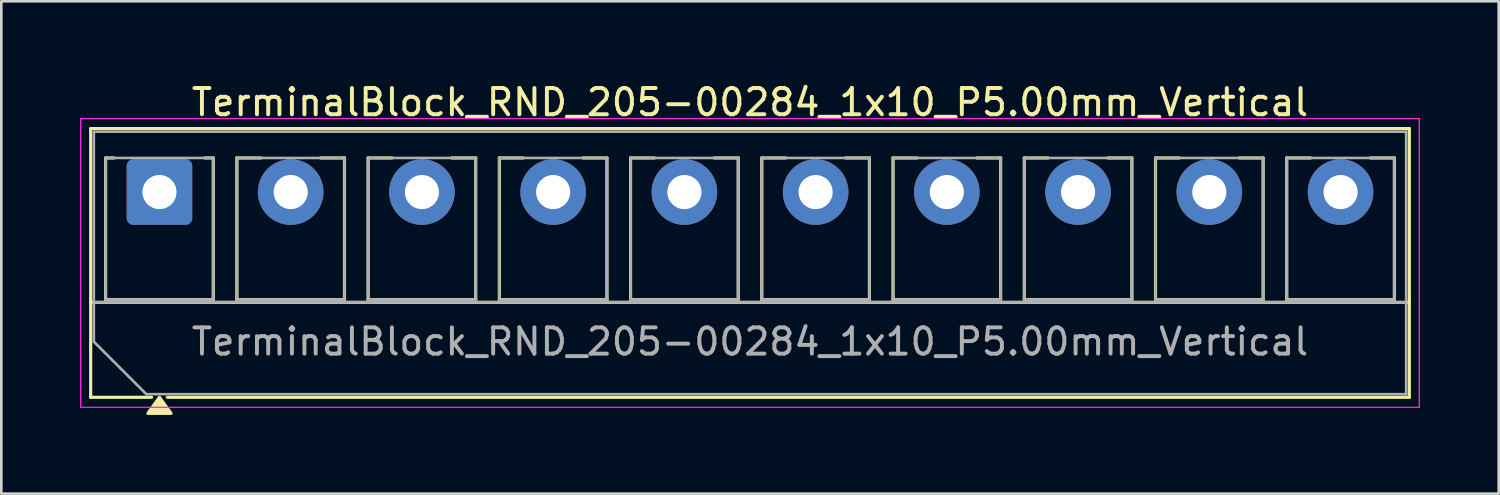
<source format=kicad_pcb>
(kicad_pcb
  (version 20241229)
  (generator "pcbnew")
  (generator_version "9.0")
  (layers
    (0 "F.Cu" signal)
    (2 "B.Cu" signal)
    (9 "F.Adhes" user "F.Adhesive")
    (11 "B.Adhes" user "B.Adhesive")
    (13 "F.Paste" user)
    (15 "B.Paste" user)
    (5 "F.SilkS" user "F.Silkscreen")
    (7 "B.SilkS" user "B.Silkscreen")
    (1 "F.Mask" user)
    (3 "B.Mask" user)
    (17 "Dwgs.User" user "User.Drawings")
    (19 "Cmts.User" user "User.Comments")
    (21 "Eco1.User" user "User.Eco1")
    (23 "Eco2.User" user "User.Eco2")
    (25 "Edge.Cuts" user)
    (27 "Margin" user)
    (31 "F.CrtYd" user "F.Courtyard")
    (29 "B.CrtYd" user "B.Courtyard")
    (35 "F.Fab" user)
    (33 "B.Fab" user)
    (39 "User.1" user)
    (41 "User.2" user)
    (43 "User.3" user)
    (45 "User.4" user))
  (footprint "TerminalBlock_RND_205-00284_1x10_P5.00mm_Vertical"
    (layer "F.Cu")
    (at 3.025 4.268)
    (property "Reference" "TerminalBlock_RND_205-00284_1x10_P5.00mm_Vertical" (at 22.5 -3.42 0) (layer "F.SilkS") (effects (font (size 1 1) (thickness 0.15))))
    (attr through_hole)
    (fp_line (start -2.62 -2.42) (end -2.62 7.82) (stroke (width 0.12) (type solid)) (layer "F.SilkS"))
    (fp_line (start -2.62 -2.42) (end 47.62 -2.42) (stroke (width 0.12) (type solid)) (layer "F.SilkS"))
    (fp_line (start -2.62 4.2) (end 47.62 4.2) (stroke (width 0.12) (type solid)) (layer "F.SilkS"))
    (fp_line (start -2.62 7.82) (end -0.3 7.82) (stroke (width 0.12) (type solid)) (layer "F.SilkS"))
    (fp_line (start -2.05 -1.3) (end -2.05 4.1) (stroke (width 0.12) (type solid)) (layer "F.SilkS"))
    (fp_line (start -2.05 -1.3) (end -1.73 -1.3) (stroke (width 0.12) (type solid)) (layer "F.SilkS"))
    (fp_line (start -2.05 4.1) (end 2.05 4.1) (stroke (width 0.12) (type solid)) (layer "F.SilkS"))
    (fp_line (start 0.3 7.82) (end 47.62 7.82) (stroke (width 0.12) (type solid)) (layer "F.SilkS"))
    (fp_line (start 1.73 -1.3) (end 2.05 -1.3) (stroke (width 0.12) (type solid)) (layer "F.SilkS"))
    (fp_line (start 2.05 -1.3) (end 2.05 4.1) (stroke (width 0.12) (type solid)) (layer "F.SilkS"))
    (fp_line (start 2.95 -1.3) (end 2.95 4.1) (stroke (width 0.12) (type solid)) (layer "F.SilkS"))
    (fp_line (start 2.95 -1.3) (end 3.859 -1.3) (stroke (width 0.12) (type solid)) (layer "F.SilkS"))
    (fp_line (start 2.95 4.1) (end 7.05 4.1) (stroke (width 0.12) (type solid)) (layer "F.SilkS"))
    (fp_line (start 6.141 -1.3) (end 7.05 -1.3) (stroke (width 0.12) (type solid)) (layer "F.SilkS"))
    (fp_line (start 7.05 -1.3) (end 7.05 4.1) (stroke (width 0.12) (type solid)) (layer "F.SilkS"))
    (fp_line (start 7.95 -1.3) (end 7.95 4.1) (stroke (width 0.12) (type solid)) (layer "F.SilkS"))
    (fp_line (start 7.95 -1.3) (end 8.859 -1.3) (stroke (width 0.12) (type solid)) (layer "F.SilkS"))
    (fp_line (start 7.95 4.1) (end 12.05 4.1) (stroke (width 0.12) (type solid)) (layer "F.SilkS"))
    (fp_line (start 11.141 -1.3) (end 12.05 -1.3) (stroke (width 0.12) (type solid)) (layer "F.SilkS"))
    (fp_line (start 12.05 -1.3) (end 12.05 4.1) (stroke (width 0.12) (type solid)) (layer "F.SilkS"))
    (fp_line (start 12.95 -1.3) (end 12.95 4.1) (stroke (width 0.12) (type solid)) (layer "F.SilkS"))
    (fp_line (start 12.95 -1.3) (end 13.859 -1.3) (stroke (width 0.12) (type solid)) (layer "F.SilkS"))
    (fp_line (start 12.95 4.1) (end 17.05 4.1) (stroke (width 0.12) (type solid)) (layer "F.SilkS"))
    (fp_line (start 16.141 -1.3) (end 17.05 -1.3) (stroke (width 0.12) (type solid)) (layer "F.SilkS"))
    (fp_line (start 17.05 -1.3) (end 17.05 4.1) (stroke (width 0.12) (type solid)) (layer "F.SilkS"))
    (fp_line (start 17.95 -1.3) (end 17.95 4.1) (stroke (width 0.12) (type solid)) (layer "F.SilkS"))
    (fp_line (start 17.95 -1.3) (end 18.859 -1.3) (stroke (width 0.12) (type solid)) (layer "F.SilkS"))
    (fp_line (start 17.95 4.1) (end 22.05 4.1) (stroke (width 0.12) (type solid)) (layer "F.SilkS"))
    (fp_line (start 21.141 -1.3) (end 22.05 -1.3) (stroke (width 0.12) (type solid)) (layer "F.SilkS"))
    (fp_line (start 22.05 -1.3) (end 22.05 4.1) (stroke (width 0.12) (type solid)) (layer "F.SilkS"))
    (fp_line (start 22.95 -1.3) (end 22.95 4.1) (stroke (width 0.12) (type solid)) (layer "F.SilkS"))
    (fp_line (start 22.95 -1.3) (end 23.859 -1.3) (stroke (width 0.12) (type solid)) (layer "F.SilkS"))
    (fp_line (start 22.95 4.1) (end 27.05 4.1) (stroke (width 0.12) (type solid)) (layer "F.SilkS"))
    (fp_line (start 26.141 -1.3) (end 27.05 -1.3) (stroke (width 0.12) (type solid)) (layer "F.SilkS"))
    (fp_line (start 27.05 -1.3) (end 27.05 4.1) (stroke (width 0.12) (type solid)) (layer "F.SilkS"))
    (fp_line (start 27.95 -1.3) (end 27.95 4.1) (stroke (width 0.12) (type solid)) (layer "F.SilkS"))
    (fp_line (start 27.95 -1.3) (end 28.859 -1.3) (stroke (width 0.12) (type solid)) (layer "F.SilkS"))
    (fp_line (start 27.95 4.1) (end 32.05 4.1) (stroke (width 0.12) (type solid)) (layer "F.SilkS"))
    (fp_line (start 31.141 -1.3) (end 32.05 -1.3) (stroke (width 0.12) (type solid)) (layer "F.SilkS"))
    (fp_line (start 32.05 -1.3) (end 32.05 4.1) (stroke (width 0.12) (type solid)) (layer "F.SilkS"))
    (fp_line (start 32.95 -1.3) (end 32.95 4.1) (stroke (width 0.12) (type solid)) (layer "F.SilkS"))
    (fp_line (start 32.95 -1.3) (end 33.859 -1.3) (stroke (width 0.12) (type solid)) (layer "F.SilkS"))
    (fp_line (start 32.95 4.1) (end 37.05 4.1) (stroke (width 0.12) (type solid)) (layer "F.SilkS"))
    (fp_line (start 36.141 -1.3) (end 37.05 -1.3) (stroke (width 0.12) (type solid)) (layer "F.SilkS"))
    (fp_line (start 37.05 -1.3) (end 37.05 4.1) (stroke (width 0.12) (type solid)) (layer "F.SilkS"))
    (fp_line (start 37.95 -1.3) (end 37.95 4.1) (stroke (width 0.12) (type solid)) (layer "F.SilkS"))
    (fp_line (start 37.95 -1.3) (end 38.859 -1.3) (stroke (width 0.12) (type solid)) (layer "F.SilkS"))
    (fp_line (start 37.95 4.1) (end 42.05 4.1) (stroke (width 0.12) (type solid)) (layer "F.SilkS"))
    (fp_line (start 41.141 -1.3) (end 42.05 -1.3) (stroke (width 0.12) (type solid)) (layer "F.SilkS"))
    (fp_line (start 42.05 -1.3) (end 42.05 4.1) (stroke (width 0.12) (type solid)) (layer "F.SilkS"))
    (fp_line (start 42.95 -1.3) (end 42.95 4.1) (stroke (width 0.12) (type solid)) (layer "F.SilkS"))
    (fp_line (start 42.95 -1.3) (end 43.859 -1.3) (stroke (width 0.12) (type solid)) (layer "F.SilkS"))
    (fp_line (start 42.95 4.1) (end 47.05 4.1) (stroke (width 0.12) (type solid)) (layer "F.SilkS"))
    (fp_line (start 46.141 -1.3) (end 47.05 -1.3) (stroke (width 0.12) (type solid)) (layer "F.SilkS"))
    (fp_line (start 47.05 -1.3) (end 47.05 4.1) (stroke (width 0.12) (type solid)) (layer "F.SilkS"))
    (fp_line (start 47.62 -2.42) (end 47.62 7.82) (stroke (width 0.12) (type solid)) (layer "F.SilkS"))
    (fp_poly (pts (xy 0 7.82) (xy 0.44 8.43) (xy -0.44 8.43)) (stroke (width 0.12) (type solid)) (fill yes) (layer "F.SilkS"))
    (fp_line (start -3 -2.8) (end -3 8.2) (stroke (width 0.05) (type solid)) (layer "F.CrtYd"))
    (fp_line (start -3 8.2) (end 48 8.2) (stroke (width 0.05) (type solid)) (layer "F.CrtYd"))
    (fp_line (start 48 -2.8) (end -3 -2.8) (stroke (width 0.05) (type solid)) (layer "F.CrtYd"))
    (fp_line (start 48 8.2) (end 48 -2.8) (stroke (width 0.05) (type solid)) (layer "F.CrtYd"))
    (fp_line (start -2.5 -2.3) (end 47.5 -2.3) (stroke (width 0.1) (type solid)) (layer "F.Fab"))
    (fp_line (start -2.5 4.2) (end 47.5 4.2) (stroke (width 0.1) (type solid)) (layer "F.Fab"))
    (fp_line (start -2.5 5.7) (end -2.5 -2.3) (stroke (width 0.1) (type solid)) (layer "F.Fab"))
    (fp_line (start -2.05 -1.3) (end -2.05 4.1) (stroke (width 0.1) (type solid)) (layer "F.Fab"))
    (fp_line (start -2.05 4.1) (end 2.05 4.1) (stroke (width 0.1) (type solid)) (layer "F.Fab"))
    (fp_line (start -0.5 7.7) (end -2.5 5.7) (stroke (width 0.1) (type solid)) (layer "F.Fab"))
    (fp_line (start 2.05 -1.3) (end -2.05 -1.3) (stroke (width 0.1) (type solid)) (layer "F.Fab"))
    (fp_line (start 2.05 4.1) (end 2.05 -1.3) (stroke (width 0.1) (type solid)) (layer "F.Fab"))
    (fp_line (start 2.95 -1.3) (end 2.95 4.1) (stroke (width 0.1) (type solid)) (layer "F.Fab"))
    (fp_line (start 2.95 4.1) (end 7.05 4.1) (stroke (width 0.1) (type solid)) (layer "F.Fab"))
    (fp_line (start 7.05 -1.3) (end 2.95 -1.3) (stroke (width 0.1) (type solid)) (layer "F.Fab"))
    (fp_line (start 7.05 4.1) (end 7.05 -1.3) (stroke (width 0.1) (type solid)) (layer "F.Fab"))
    (fp_line (start 7.95 -1.3) (end 7.95 4.1) (stroke (width 0.1) (type solid)) (layer "F.Fab"))
    (fp_line (start 7.95 4.1) (end 12.05 4.1) (stroke (width 0.1) (type solid)) (layer "F.Fab"))
    (fp_line (start 12.05 -1.3) (end 7.95 -1.3) (stroke (width 0.1) (type solid)) (layer "F.Fab"))
    (fp_line (start 12.05 4.1) (end 12.05 -1.3) (stroke (width 0.1) (type solid)) (layer "F.Fab"))
    (fp_line (start 12.95 -1.3) (end 12.95 4.1) (stroke (width 0.1) (type solid)) (layer "F.Fab"))
    (fp_line (start 12.95 4.1) (end 17.05 4.1) (stroke (width 0.1) (type solid)) (layer "F.Fab"))
    (fp_line (start 17.05 -1.3) (end 12.95 -1.3) (stroke (width 0.1) (type solid)) (layer "F.Fab"))
    (fp_line (start 17.05 4.1) (end 17.05 -1.3) (stroke (width 0.1) (type solid)) (layer "F.Fab"))
    (fp_line (start 17.95 -1.3) (end 17.95 4.1) (stroke (width 0.1) (type solid)) (layer "F.Fab"))
    (fp_line (start 17.95 4.1) (end 22.05 4.1) (stroke (width 0.1) (type solid)) (layer "F.Fab"))
    (fp_line (start 22.05 -1.3) (end 17.95 -1.3) (stroke (width 0.1) (type solid)) (layer "F.Fab"))
    (fp_line (start 22.05 4.1) (end 22.05 -1.3) (stroke (width 0.1) (type solid)) (layer "F.Fab"))
    (fp_line (start 22.95 -1.3) (end 22.95 4.1) (stroke (width 0.1) (type solid)) (layer "F.Fab"))
    (fp_line (start 22.95 4.1) (end 27.05 4.1) (stroke (width 0.1) (type solid)) (layer "F.Fab"))
    (fp_line (start 27.05 -1.3) (end 22.95 -1.3) (stroke (width 0.1) (type solid)) (layer "F.Fab"))
    (fp_line (start 27.05 4.1) (end 27.05 -1.3) (stroke (width 0.1) (type solid)) (layer "F.Fab"))
    (fp_line (start 27.95 -1.3) (end 27.95 4.1) (stroke (width 0.1) (type solid)) (layer "F.Fab"))
    (fp_line (start 27.95 4.1) (end 32.05 4.1) (stroke (width 0.1) (type solid)) (layer "F.Fab"))
    (fp_line (start 32.05 -1.3) (end 27.95 -1.3) (stroke (width 0.1) (type solid)) (layer "F.Fab"))
    (fp_line (start 32.05 4.1) (end 32.05 -1.3) (stroke (width 0.1) (type solid)) (layer "F.Fab"))
    (fp_line (start 32.95 -1.3) (end 32.95 4.1) (stroke (width 0.1) (type solid)) (layer "F.Fab"))
    (fp_line (start 32.95 4.1) (end 37.05 4.1) (stroke (width 0.1) (type solid)) (layer "F.Fab"))
    (fp_line (start 37.05 -1.3) (end 32.95 -1.3) (stroke (width 0.1) (type solid)) (layer "F.Fab"))
    (fp_line (start 37.05 4.1) (end 37.05 -1.3) (stroke (width 0.1) (type solid)) (layer "F.Fab"))
    (fp_line (start 37.95 -1.3) (end 37.95 4.1) (stroke (width 0.1) (type solid)) (layer "F.Fab"))
    (fp_line (start 37.95 4.1) (end 42.05 4.1) (stroke (width 0.1) (type solid)) (layer "F.Fab"))
    (fp_line (start 42.05 -1.3) (end 37.95 -1.3) (stroke (width 0.1) (type solid)) (layer "F.Fab"))
    (fp_line (start 42.05 4.1) (end 42.05 -1.3) (stroke (width 0.1) (type solid)) (layer "F.Fab"))
    (fp_line (start 42.95 -1.3) (end 42.95 4.1) (stroke (width 0.1) (type solid)) (layer "F.Fab"))
    (fp_line (start 42.95 4.1) (end 47.05 4.1) (stroke (width 0.1) (type solid)) (layer "F.Fab"))
    (fp_line (start 47.05 -1.3) (end 42.95 -1.3) (stroke (width 0.1) (type solid)) (layer "F.Fab"))
    (fp_line (start 47.05 4.1) (end 47.05 -1.3) (stroke (width 0.1) (type solid)) (layer "F.Fab"))
    (fp_line (start 47.5 -2.3) (end 47.5 7.7) (stroke (width 0.1) (type solid)) (layer "F.Fab"))
    (fp_line (start 47.5 7.7) (end -0.5 7.7) (stroke (width 0.1) (type solid)) (layer "F.Fab"))
    (fp_text user "${REFERENCE}" (at 22.5 5.7 0) (layer "F.Fab") (effects (font (size 1 1) (thickness 0.15))))
    (pad "1" thru_hole roundrect (at 0 0) (size 2.5 2.5) (drill 1.3) (layers "*.Cu" "*.Mask") (roundrect_rratio 0.1))
    (pad "2" thru_hole circle (at 5 0) (size 2.5 2.5) (drill 1.3) (layers "*.Cu" "*.Mask"))
    (pad "3" thru_hole circle (at 10 0) (size 2.5 2.5) (drill 1.3) (layers "*.Cu" "*.Mask"))
    (pad "4" thru_hole circle (at 15 0) (size 2.5 2.5) (drill 1.3) (layers "*.Cu" "*.Mask"))
    (pad "5" thru_hole circle (at 20 0) (size 2.5 2.5) (drill 1.3) (layers "*.Cu" "*.Mask"))
    (pad "6" thru_hole circle (at 25 0) (size 2.5 2.5) (drill 1.3) (layers "*.Cu" "*.Mask"))
    (pad "7" thru_hole circle (at 30 0) (size 2.5 2.5) (drill 1.3) (layers "*.Cu" "*.Mask"))
    (pad "8" thru_hole circle (at 35 0) (size 2.5 2.5) (drill 1.3) (layers "*.Cu" "*.Mask"))
    (pad "9" thru_hole circle (at 40 0) (size 2.5 2.5) (drill 1.3) (layers "*.Cu" "*.Mask"))
    (pad "10" thru_hole circle (at 45 0) (size 2.5 2.5) (drill 1.3) (layers "*.Cu" "*.Mask")))
  (gr_rect
    (start -3 -3)
    (end 54.05 15.758)
    (stroke (width 0.1) (type default))
    (fill no)
    (layer "Edge.Cuts")))
</source>
